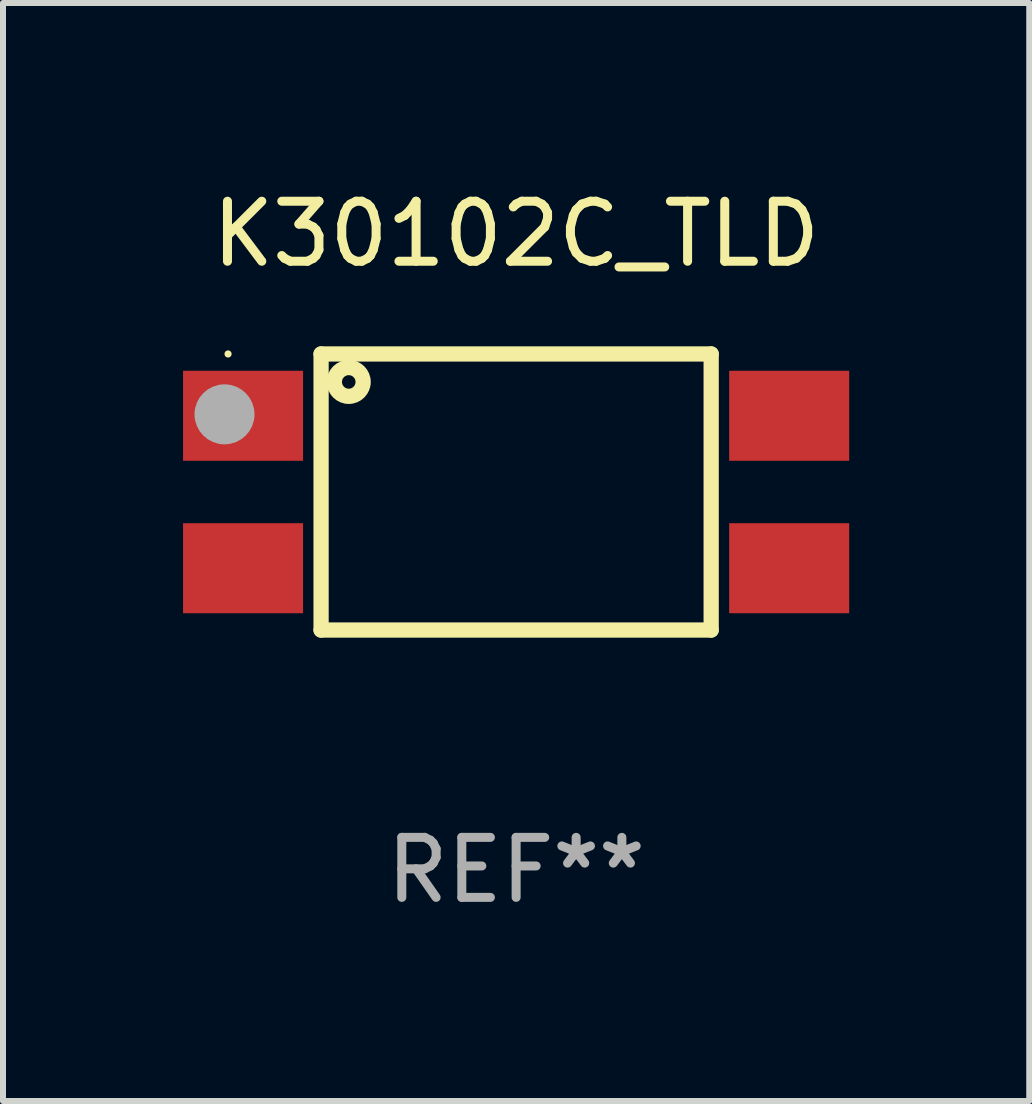
<source format=kicad_pcb>
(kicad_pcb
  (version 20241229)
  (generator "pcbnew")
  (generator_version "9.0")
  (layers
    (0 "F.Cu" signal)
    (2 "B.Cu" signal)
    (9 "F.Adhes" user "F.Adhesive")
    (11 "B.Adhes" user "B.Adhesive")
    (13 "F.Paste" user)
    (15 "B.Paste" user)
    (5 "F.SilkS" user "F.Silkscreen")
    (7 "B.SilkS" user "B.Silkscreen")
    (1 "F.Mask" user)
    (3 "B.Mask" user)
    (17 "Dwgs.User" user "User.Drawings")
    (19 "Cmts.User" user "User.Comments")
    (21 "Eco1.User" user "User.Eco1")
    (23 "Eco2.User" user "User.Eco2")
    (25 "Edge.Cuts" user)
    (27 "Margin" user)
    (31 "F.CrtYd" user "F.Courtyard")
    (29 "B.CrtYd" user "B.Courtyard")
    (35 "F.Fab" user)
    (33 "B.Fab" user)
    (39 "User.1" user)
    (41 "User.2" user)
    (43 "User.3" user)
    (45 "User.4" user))
  (footprint "K30102C_TLD"
    (layer "F.Cu")
    (at 5.55 5.148)
    (property "Reference" "K30102C_TLD" (at 0 -4.3 0) (layer "F.SilkS") (effects (font (size 1 1) (thickness 0.15))))
    (attr through_hole)
    (fp_line (start -3.25 -2.3) (end -3.25 2.3) (stroke (width 0.254) (type solid)) (layer "F.SilkS"))
    (fp_line (start -3.25 -2.3) (end 3.25 -2.3) (stroke (width 0.254) (type solid)) (layer "F.SilkS"))
    (fp_line (start -3.25 2.3) (end 3.25 2.3) (stroke (width 0.254) (type solid)) (layer "F.SilkS"))
    (fp_line (start 3.25 -2.3) (end 3.25 2.3) (stroke (width 0.254) (type solid)) (layer "F.SilkS"))
    (fp_circle (center -4.8 -2.3) (end -4.77 -2.3) (stroke (width 0.06) (type solid)) (fill no) (layer "F.SilkS"))
    (fp_circle (center -2.789 -1.834) (end -2.676 -1.834) (stroke (width 0.254) (type solid)) (fill no) (layer "F.SilkS"))
    (fp_circle (center -4.859 -1.294) (end -4.609 -1.294) (stroke (width 0.5) (type solid)) (fill no) (layer "F.Fab"))
    (fp_text user "REF**" (at 0 6.3 0) (layer "F.Fab") (effects (font (size 1 1) (thickness 0.15))))
    (pad "1" smd rect (at -4.55 -1.27) (size 2 1.5) (layers "F.Cu" "F.Mask" "F.Paste"))
    (pad "2" smd rect (at -4.55 1.27) (size 2 1.5) (layers "F.Cu" "F.Mask" "F.Paste"))
    (pad "3" smd rect (at 4.55 1.27) (size 2 1.5) (layers "F.Cu" "F.Mask" "F.Paste"))
    (pad "4" smd rect (at 4.55 -1.27) (size 2 1.5) (layers "F.Cu" "F.Mask" "F.Paste")))
  (gr_rect
    (start -3 -3)
    (end 14.1 15.296)
    (stroke (width 0.1) (type default))
    (fill no)
    (layer "Edge.Cuts")))
</source>
